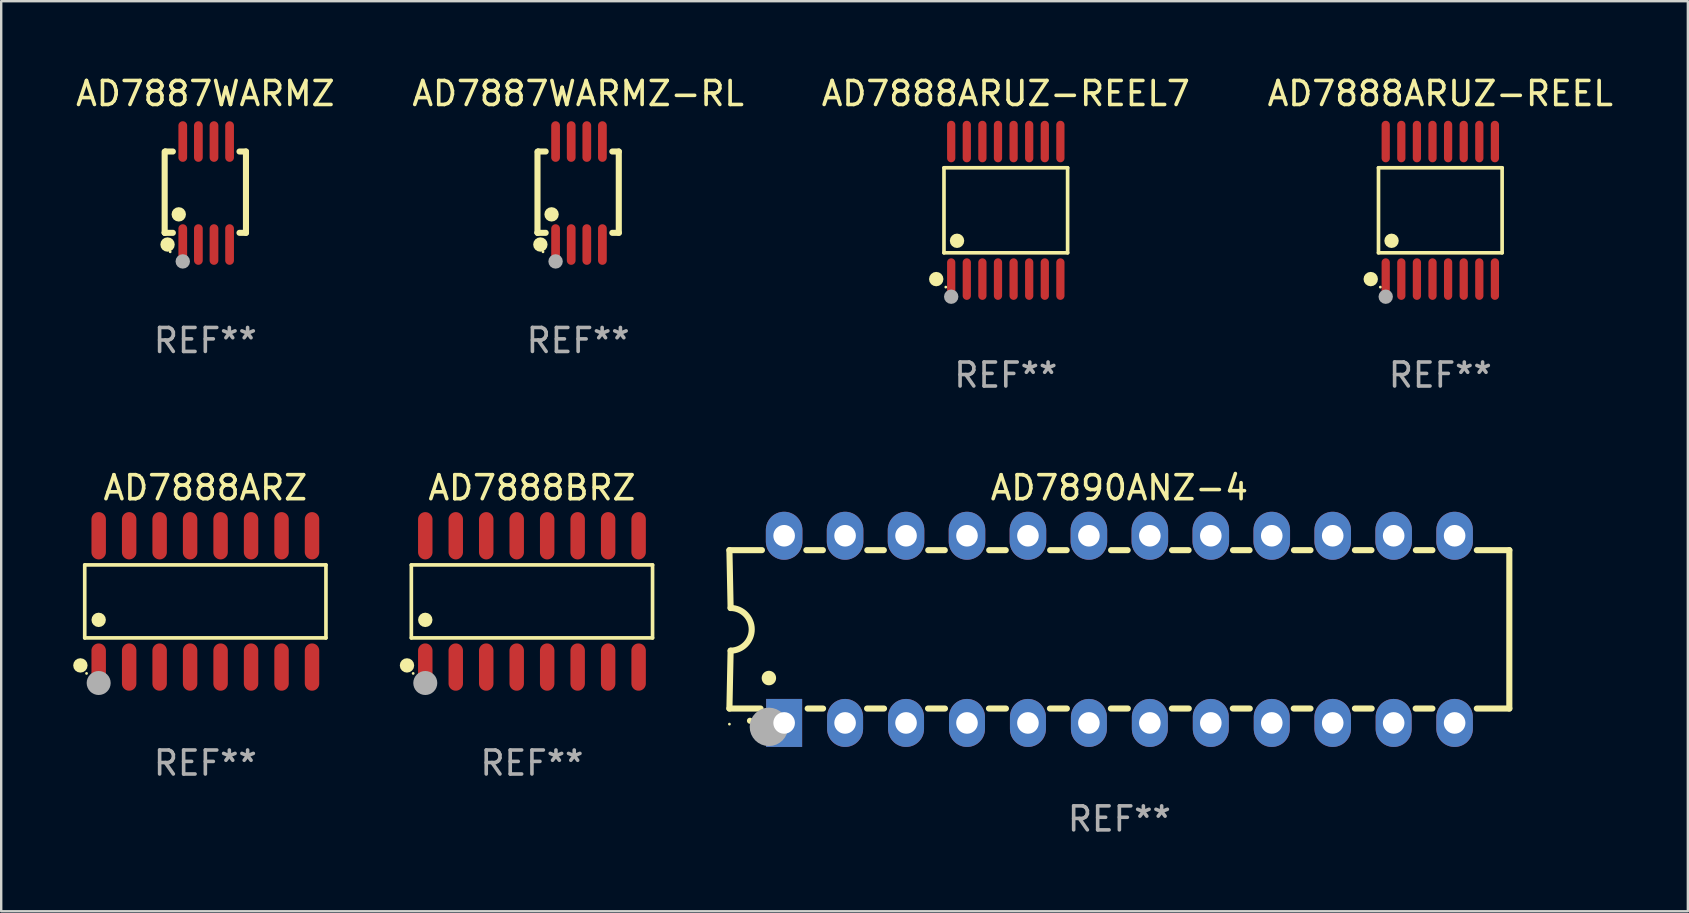
<source format=kicad_pcb>
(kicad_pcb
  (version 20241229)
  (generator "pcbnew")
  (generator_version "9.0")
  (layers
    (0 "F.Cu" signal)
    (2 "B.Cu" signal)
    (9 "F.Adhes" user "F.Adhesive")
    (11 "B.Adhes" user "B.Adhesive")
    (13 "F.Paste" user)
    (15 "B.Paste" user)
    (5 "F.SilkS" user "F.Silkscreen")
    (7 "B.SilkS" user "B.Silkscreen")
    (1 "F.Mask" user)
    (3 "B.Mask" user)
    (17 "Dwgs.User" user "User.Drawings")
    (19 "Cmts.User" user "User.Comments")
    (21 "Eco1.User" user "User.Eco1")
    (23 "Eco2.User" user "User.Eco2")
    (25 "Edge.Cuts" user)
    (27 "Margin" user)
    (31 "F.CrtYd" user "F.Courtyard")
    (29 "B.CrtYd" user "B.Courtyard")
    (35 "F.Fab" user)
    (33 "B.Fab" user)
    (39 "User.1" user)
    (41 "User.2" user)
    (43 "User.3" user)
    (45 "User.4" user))
  (footprint "AD7887WARMZ-RL"
    (layer "F.Cu")
    (at 21.042 4.994)
    (property "Reference" "AD7887WARMZ-RL" (at 0 -4.146 0) (layer "F.SilkS") (effects (font (size 1 1) (thickness 0.15))))
    (attr through_hole)
    (fp_line (start -1.694 -1.724) (end -1.694 1.652) (stroke (width 0.254) (type solid)) (layer "F.SilkS"))
    (fp_line (start -1.694 1.652) (end -1.688 1.658) (stroke (width 0.254) (type solid)) (layer "F.SilkS"))
    (fp_line (start -1.688 1.658) (end -1.353 1.658) (stroke (width 0.254) (type solid)) (layer "F.SilkS"))
    (fp_line (start -1.661 -1.73) (end -1.681 -1.71) (stroke (width 0.254) (type solid)) (layer "F.SilkS"))
    (fp_line (start -1.353 -1.73) (end -1.661 -1.73) (stroke (width 0.254) (type solid)) (layer "F.SilkS"))
    (fp_line (start 1.424 1.658) (end 1.694 1.658) (stroke (width 0.254) (type solid)) (layer "F.SilkS"))
    (fp_line (start 1.694 -1.73) (end 1.424 -1.73) (stroke (width 0.254) (type solid)) (layer "F.SilkS"))
    (fp_line (start 1.694 1.658) (end 1.694 -1.73) (stroke (width 0.254) (type solid)) (layer "F.SilkS"))
    (fp_circle (center -1.574 2.146) (end -1.424 2.146) (stroke (width 0.3) (type solid)) (fill no) (layer "F.SilkS"))
    (fp_circle (center -1.464 2.45) (end -1.434 2.45) (stroke (width 0.06) (type solid)) (fill no) (layer "F.SilkS"))
    (fp_circle (center -1.107 0.889) (end -0.957 0.889) (stroke (width 0.3) (type solid)) (fill no) (layer "F.SilkS"))
    (fp_circle (center -0.94 2.85) (end -0.789 2.85) (stroke (width 0.3) (type solid)) (fill no) (layer "F.Fab"))
    (fp_text user "REF**" (at 0 6.146 0) (layer "F.Fab") (effects (font (size 1 1) (thickness 0.15))))
    (pad "1" smd oval (at -0.94 2.146) (size 0.364 1.692) (layers "F.Cu" "F.Mask" "F.Paste"))
    (pad "2" smd oval (at -0.289 2.146) (size 0.364 1.692) (layers "F.Cu" "F.Mask" "F.Paste"))
    (pad "3" smd oval (at 0.361 2.146) (size 0.364 1.692) (layers "F.Cu" "F.Mask" "F.Paste"))
    (pad "4" smd oval (at 1.011 2.146) (size 0.364 1.692) (layers "F.Cu" "F.Mask" "F.Paste"))
    (pad "5" smd oval (at 1.011 -2.146) (size 0.364 1.692) (layers "F.Cu" "F.Mask" "F.Paste"))
    (pad "6" smd oval (at 0.361 -2.146) (size 0.364 1.692) (layers "F.Cu" "F.Mask" "F.Paste"))
    (pad "7" smd oval (at -0.289 -2.146) (size 0.364 1.692) (layers "F.Cu" "F.Mask" "F.Paste"))
    (pad "8" smd oval (at -0.94 -2.146) (size 0.364 1.692) (layers "F.Cu" "F.Mask" "F.Paste")))
  (footprint "AD7888ARUZ-REEL7"
    (layer "F.Cu")
    (at 38.863 5.714)
    (property "Reference" "AD7888ARUZ-REEL7" (at 0 -4.866 0) (layer "F.SilkS") (effects (font (size 1 1) (thickness 0.15))))
    (attr through_hole)
    (fp_line (start -2.576 -1.772) (end 2.576 -1.772) (stroke (width 0.152) (type solid)) (layer "F.SilkS"))
    (fp_line (start -2.576 1.771) (end -2.576 -1.772) (stroke (width 0.152) (type solid)) (layer "F.SilkS"))
    (fp_line (start 2.576 -1.772) (end 2.576 1.771) (stroke (width 0.152) (type solid)) (layer "F.SilkS"))
    (fp_line (start 2.576 1.771) (end -2.576 1.771) (stroke (width 0.152) (type solid)) (layer "F.SilkS"))
    (fp_circle (center -2.899 2.866) (end -2.749 2.866) (stroke (width 0.3) (type solid)) (fill no) (layer "F.SilkS"))
    (fp_circle (center -2.5 3.2) (end -2.47 3.2) (stroke (width 0.06) (type solid)) (fill no) (layer "F.SilkS"))
    (fp_circle (center -2.032 1.27) (end -1.882 1.27) (stroke (width 0.3) (type solid)) (fill no) (layer "F.SilkS"))
    (fp_circle (center -2.275 3.6) (end -2.125 3.6) (stroke (width 0.3) (type solid)) (fill no) (layer "F.Fab"))
    (fp_text user "REF**" (at 0 6.866 0) (layer "F.Fab") (effects (font (size 1 1) (thickness 0.15))))
    (pad "1" smd oval (at -2.275 2.866) (size 0.343 1.731) (layers "F.Cu" "F.Mask" "F.Paste"))
    (pad "2" smd oval (at -1.625 2.866) (size 0.343 1.731) (layers "F.Cu" "F.Mask" "F.Paste"))
    (pad "3" smd oval (at -0.975 2.866) (size 0.343 1.731) (layers "F.Cu" "F.Mask" "F.Paste"))
    (pad "4" smd oval (at -0.325 2.866) (size 0.343 1.731) (layers "F.Cu" "F.Mask" "F.Paste"))
    (pad "5" smd oval (at 0.325 2.866) (size 0.343 1.731) (layers "F.Cu" "F.Mask" "F.Paste"))
    (pad "6" smd oval (at 0.975 2.866) (size 0.343 1.731) (layers "F.Cu" "F.Mask" "F.Paste"))
    (pad "7" smd oval (at 1.625 2.866) (size 0.343 1.731) (layers "F.Cu" "F.Mask" "F.Paste"))
    (pad "8" smd oval (at 2.275 2.866) (size 0.343 1.731) (layers "F.Cu" "F.Mask" "F.Paste"))
    (pad "9" smd oval (at 2.275 -2.866) (size 0.343 1.731) (layers "F.Cu" "F.Mask" "F.Paste"))
    (pad "10" smd oval (at 1.625 -2.866) (size 0.343 1.731) (layers "F.Cu" "F.Mask" "F.Paste"))
    (pad "11" smd oval (at 0.975 -2.866) (size 0.343 1.731) (layers "F.Cu" "F.Mask" "F.Paste"))
    (pad "12" smd oval (at 0.325 -2.866) (size 0.343 1.731) (layers "F.Cu" "F.Mask" "F.Paste"))
    (pad "13" smd oval (at -0.325 -2.866) (size 0.343 1.731) (layers "F.Cu" "F.Mask" "F.Paste"))
    (pad "14" smd oval (at -0.975 -2.866) (size 0.343 1.731) (layers "F.Cu" "F.Mask" "F.Paste"))
    (pad "15" smd oval (at -1.625 -2.866) (size 0.343 1.731) (layers "F.Cu" "F.Mask" "F.Paste"))
    (pad "16" smd oval (at -2.275 -2.866) (size 0.343 1.731) (layers "F.Cu" "F.Mask" "F.Paste")))
  (footprint "AD7888ARUZ-REEL"
    (layer "F.Cu")
    (at 56.97 5.714)
    (property "Reference" "AD7888ARUZ-REEL" (at 0 -4.866 0) (layer "F.SilkS") (effects (font (size 1 1) (thickness 0.15))))
    (attr through_hole)
    (fp_line (start -2.576 -1.772) (end 2.576 -1.772) (stroke (width 0.152) (type solid)) (layer "F.SilkS"))
    (fp_line (start -2.576 1.771) (end -2.576 -1.772) (stroke (width 0.152) (type solid)) (layer "F.SilkS"))
    (fp_line (start 2.576 -1.772) (end 2.576 1.771) (stroke (width 0.152) (type solid)) (layer "F.SilkS"))
    (fp_line (start 2.576 1.771) (end -2.576 1.771) (stroke (width 0.152) (type solid)) (layer "F.SilkS"))
    (fp_circle (center -2.899 2.866) (end -2.749 2.866) (stroke (width 0.3) (type solid)) (fill no) (layer "F.SilkS"))
    (fp_circle (center -2.5 3.2) (end -2.47 3.2) (stroke (width 0.06) (type solid)) (fill no) (layer "F.SilkS"))
    (fp_circle (center -2.032 1.27) (end -1.882 1.27) (stroke (width 0.3) (type solid)) (fill no) (layer "F.SilkS"))
    (fp_circle (center -2.275 3.6) (end -2.125 3.6) (stroke (width 0.3) (type solid)) (fill no) (layer "F.Fab"))
    (fp_text user "REF**" (at 0 6.866 0) (layer "F.Fab") (effects (font (size 1 1) (thickness 0.15))))
    (pad "1" smd oval (at -2.275 2.866) (size 0.343 1.731) (layers "F.Cu" "F.Mask" "F.Paste"))
    (pad "2" smd oval (at -1.625 2.866) (size 0.343 1.731) (layers "F.Cu" "F.Mask" "F.Paste"))
    (pad "3" smd oval (at -0.975 2.866) (size 0.343 1.731) (layers "F.Cu" "F.Mask" "F.Paste"))
    (pad "4" smd oval (at -0.325 2.866) (size 0.343 1.731) (layers "F.Cu" "F.Mask" "F.Paste"))
    (pad "5" smd oval (at 0.325 2.866) (size 0.343 1.731) (layers "F.Cu" "F.Mask" "F.Paste"))
    (pad "6" smd oval (at 0.975 2.866) (size 0.343 1.731) (layers "F.Cu" "F.Mask" "F.Paste"))
    (pad "7" smd oval (at 1.625 2.866) (size 0.343 1.731) (layers "F.Cu" "F.Mask" "F.Paste"))
    (pad "8" smd oval (at 2.275 2.866) (size 0.343 1.731) (layers "F.Cu" "F.Mask" "F.Paste"))
    (pad "9" smd oval (at 2.275 -2.866) (size 0.343 1.731) (layers "F.Cu" "F.Mask" "F.Paste"))
    (pad "10" smd oval (at 1.625 -2.866) (size 0.343 1.731) (layers "F.Cu" "F.Mask" "F.Paste"))
    (pad "11" smd oval (at 0.975 -2.866) (size 0.343 1.731) (layers "F.Cu" "F.Mask" "F.Paste"))
    (pad "12" smd oval (at 0.325 -2.866) (size 0.343 1.731) (layers "F.Cu" "F.Mask" "F.Paste"))
    (pad "13" smd oval (at -0.325 -2.866) (size 0.343 1.731) (layers "F.Cu" "F.Mask" "F.Paste"))
    (pad "14" smd oval (at -0.975 -2.866) (size 0.343 1.731) (layers "F.Cu" "F.Mask" "F.Paste"))
    (pad "15" smd oval (at -1.625 -2.866) (size 0.343 1.731) (layers "F.Cu" "F.Mask" "F.Paste"))
    (pad "16" smd oval (at -2.275 -2.866) (size 0.343 1.731) (layers "F.Cu" "F.Mask" "F.Paste")))
  (footprint "AD7888ARZ"
    (layer "F.Cu")
    (at 5.507 22.012)
    (property "Reference" "AD7888ARZ" (at 0 -4.736 0) (layer "F.SilkS") (effects (font (size 1 1) (thickness 0.15))))
    (attr through_hole)
    (fp_line (start -5.026 -1.521) (end 5.026 -1.521) (stroke (width 0.152) (type solid)) (layer "F.SilkS"))
    (fp_line (start -5.026 1.521) (end -5.026 -1.521) (stroke (width 0.152) (type solid)) (layer "F.SilkS"))
    (fp_line (start 5.026 -1.521) (end 5.026 1.521) (stroke (width 0.152) (type solid)) (layer "F.SilkS"))
    (fp_line (start 5.026 1.521) (end -5.026 1.521) (stroke (width 0.152) (type solid)) (layer "F.SilkS"))
    (fp_circle (center -5.207 2.667) (end -5.057 2.667) (stroke (width 0.3) (type solid)) (fill no) (layer "F.SilkS"))
    (fp_circle (center -4.95 3) (end -4.92 3) (stroke (width 0.06) (type solid)) (fill no) (layer "F.SilkS"))
    (fp_circle (center -4.445 0.769) (end -4.295 0.769) (stroke (width 0.3) (type solid)) (fill no) (layer "F.SilkS"))
    (fp_circle (center -4.445 3.4) (end -4.195 3.4) (stroke (width 0.5) (type solid)) (fill no) (layer "F.Fab"))
    (fp_text user "REF**" (at 0 6.736 0) (layer "F.Fab") (effects (font (size 1 1) (thickness 0.15))))
    (pad "1" smd oval (at -4.445 2.736) (size 0.602 1.971) (layers "F.Cu" "F.Mask" "F.Paste"))
    (pad "2" smd oval (at -3.175 2.736) (size 0.602 1.971) (layers "F.Cu" "F.Mask" "F.Paste"))
    (pad "3" smd oval (at -1.905 2.736) (size 0.602 1.971) (layers "F.Cu" "F.Mask" "F.Paste"))
    (pad "4" smd oval (at -0.635 2.736) (size 0.602 1.971) (layers "F.Cu" "F.Mask" "F.Paste"))
    (pad "5" smd oval (at 0.635 2.736) (size 0.602 1.971) (layers "F.Cu" "F.Mask" "F.Paste"))
    (pad "6" smd oval (at 1.905 2.736) (size 0.602 1.971) (layers "F.Cu" "F.Mask" "F.Paste"))
    (pad "7" smd oval (at 3.175 2.736) (size 0.602 1.971) (layers "F.Cu" "F.Mask" "F.Paste"))
    (pad "8" smd oval (at 4.445 2.736) (size 0.602 1.971) (layers "F.Cu" "F.Mask" "F.Paste"))
    (pad "9" smd oval (at 4.445 -2.736) (size 0.602 1.971) (layers "F.Cu" "F.Mask" "F.Paste"))
    (pad "10" smd oval (at 3.175 -2.736) (size 0.602 1.971) (layers "F.Cu" "F.Mask" "F.Paste"))
    (pad "11" smd oval (at 1.905 -2.736) (size 0.602 1.971) (layers "F.Cu" "F.Mask" "F.Paste"))
    (pad "12" smd oval (at 0.635 -2.736) (size 0.602 1.971) (layers "F.Cu" "F.Mask" "F.Paste"))
    (pad "13" smd oval (at -0.635 -2.736) (size 0.602 1.971) (layers "F.Cu" "F.Mask" "F.Paste"))
    (pad "14" smd oval (at -1.905 -2.736) (size 0.602 1.971) (layers "F.Cu" "F.Mask" "F.Paste"))
    (pad "15" smd oval (at -3.175 -2.736) (size 0.602 1.971) (layers "F.Cu" "F.Mask" "F.Paste"))
    (pad "16" smd oval (at -4.445 -2.736) (size 0.602 1.971) (layers "F.Cu" "F.Mask" "F.Paste")))
  (footprint "AD7888BRZ"
    (layer "F.Cu")
    (at 19.117 22.012)
    (property "Reference" "AD7888BRZ" (at 0 -4.736 0) (layer "F.SilkS") (effects (font (size 1 1) (thickness 0.15))))
    (attr through_hole)
    (fp_line (start -5.026 -1.521) (end 5.026 -1.521) (stroke (width 0.152) (type solid)) (layer "F.SilkS"))
    (fp_line (start -5.026 1.521) (end -5.026 -1.521) (stroke (width 0.152) (type solid)) (layer "F.SilkS"))
    (fp_line (start 5.026 -1.521) (end 5.026 1.521) (stroke (width 0.152) (type solid)) (layer "F.SilkS"))
    (fp_line (start 5.026 1.521) (end -5.026 1.521) (stroke (width 0.152) (type solid)) (layer "F.SilkS"))
    (fp_circle (center -5.207 2.667) (end -5.057 2.667) (stroke (width 0.3) (type solid)) (fill no) (layer "F.SilkS"))
    (fp_circle (center -4.95 3) (end -4.92 3) (stroke (width 0.06) (type solid)) (fill no) (layer "F.SilkS"))
    (fp_circle (center -4.445 0.769) (end -4.295 0.769) (stroke (width 0.3) (type solid)) (fill no) (layer "F.SilkS"))
    (fp_circle (center -4.445 3.4) (end -4.195 3.4) (stroke (width 0.5) (type solid)) (fill no) (layer "F.Fab"))
    (fp_text user "REF**" (at 0 6.736 0) (layer "F.Fab") (effects (font (size 1 1) (thickness 0.15))))
    (pad "1" smd oval (at -4.445 2.736) (size 0.602 1.971) (layers "F.Cu" "F.Mask" "F.Paste"))
    (pad "2" smd oval (at -3.175 2.736) (size 0.602 1.971) (layers "F.Cu" "F.Mask" "F.Paste"))
    (pad "3" smd oval (at -1.905 2.736) (size 0.602 1.971) (layers "F.Cu" "F.Mask" "F.Paste"))
    (pad "4" smd oval (at -0.635 2.736) (size 0.602 1.971) (layers "F.Cu" "F.Mask" "F.Paste"))
    (pad "5" smd oval (at 0.635 2.736) (size 0.602 1.971) (layers "F.Cu" "F.Mask" "F.Paste"))
    (pad "6" smd oval (at 1.905 2.736) (size 0.602 1.971) (layers "F.Cu" "F.Mask" "F.Paste"))
    (pad "7" smd oval (at 3.175 2.736) (size 0.602 1.971) (layers "F.Cu" "F.Mask" "F.Paste"))
    (pad "8" smd oval (at 4.445 2.736) (size 0.602 1.971) (layers "F.Cu" "F.Mask" "F.Paste"))
    (pad "9" smd oval (at 4.445 -2.736) (size 0.602 1.971) (layers "F.Cu" "F.Mask" "F.Paste"))
    (pad "10" smd oval (at 3.175 -2.736) (size 0.602 1.971) (layers "F.Cu" "F.Mask" "F.Paste"))
    (pad "11" smd oval (at 1.905 -2.736) (size 0.602 1.971) (layers "F.Cu" "F.Mask" "F.Paste"))
    (pad "12" smd oval (at 0.635 -2.736) (size 0.602 1.971) (layers "F.Cu" "F.Mask" "F.Paste"))
    (pad "13" smd oval (at -0.635 -2.736) (size 0.602 1.971) (layers "F.Cu" "F.Mask" "F.Paste"))
    (pad "14" smd oval (at -1.905 -2.736) (size 0.602 1.971) (layers "F.Cu" "F.Mask" "F.Paste"))
    (pad "15" smd oval (at -3.175 -2.736) (size 0.602 1.971) (layers "F.Cu" "F.Mask" "F.Paste"))
    (pad "16" smd oval (at -4.445 -2.736) (size 0.602 1.971) (layers "F.Cu" "F.Mask" "F.Paste")))
  (footprint "AD7890ANZ-4"
    (layer "F.Cu")
    (at 43.596 23.176)
    (property "Reference" "AD7890ANZ-4" (at 0 -5.9 0) (layer "F.SilkS") (effects (font (size 1 1) (thickness 0.15))))
    (attr through_hole)
    (fp_line (start -16.25 -3.3) (end -16.2 -0.889) (stroke (width 0.254) (type solid)) (layer "F.SilkS"))
    (fp_line (start -16.25 -3.3) (end -14.895 -3.3) (stroke (width 0.254) (type solid)) (layer "F.SilkS"))
    (fp_line (start -16.25 3.3) (end -16.2 0.889) (stroke (width 0.254) (type solid)) (layer "F.SilkS"))
    (fp_line (start -16.25 3.3) (end -14.951 3.3) (stroke (width 0.254) (type solid)) (layer "F.SilkS"))
    (fp_line (start -13.045 -3.3) (end -12.355 -3.3) (stroke (width 0.254) (type solid)) (layer "F.SilkS"))
    (fp_line (start -12.989 3.3) (end -12.347 3.3) (stroke (width 0.254) (type solid)) (layer "F.SilkS"))
    (fp_line (start -10.514 3.3) (end -9.807 3.3) (stroke (width 0.254) (type solid)) (layer "F.SilkS"))
    (fp_line (start -10.505 -3.3) (end -9.815 -3.3) (stroke (width 0.254) (type solid)) (layer "F.SilkS"))
    (fp_line (start -7.974 3.3) (end -7.267 3.3) (stroke (width 0.254) (type solid)) (layer "F.SilkS"))
    (fp_line (start -7.965 -3.3) (end -7.275 -3.3) (stroke (width 0.254) (type solid)) (layer "F.SilkS"))
    (fp_line (start -5.434 3.3) (end -4.727 3.3) (stroke (width 0.254) (type solid)) (layer "F.SilkS"))
    (fp_line (start -5.425 -3.3) (end -4.735 -3.3) (stroke (width 0.254) (type solid)) (layer "F.SilkS"))
    (fp_line (start -2.894 3.3) (end -2.187 3.3) (stroke (width 0.254) (type solid)) (layer "F.SilkS"))
    (fp_line (start -2.885 -3.3) (end -2.195 -3.3) (stroke (width 0.254) (type solid)) (layer "F.SilkS"))
    (fp_line (start -0.354 3.3) (end 0.353 3.3) (stroke (width 0.254) (type solid)) (layer "F.SilkS"))
    (fp_line (start -0.345 -3.3) (end 0.345 -3.3) (stroke (width 0.254) (type solid)) (layer "F.SilkS"))
    (fp_line (start 2.186 3.3) (end 2.893 3.3) (stroke (width 0.254) (type solid)) (layer "F.SilkS"))
    (fp_line (start 2.195 -3.3) (end 2.885 -3.3) (stroke (width 0.254) (type solid)) (layer "F.SilkS"))
    (fp_line (start 4.726 3.3) (end 5.434 3.3) (stroke (width 0.254) (type solid)) (layer "F.SilkS"))
    (fp_line (start 4.735 -3.3) (end 5.425 -3.3) (stroke (width 0.254) (type solid)) (layer "F.SilkS"))
    (fp_line (start 7.266 3.3) (end 7.965 3.3) (stroke (width 0.254) (type solid)) (layer "F.SilkS"))
    (fp_line (start 7.275 -3.3) (end 7.965 -3.3) (stroke (width 0.254) (type solid)) (layer "F.SilkS"))
    (fp_line (start 9.815 -3.3) (end 10.505 -3.3) (stroke (width 0.254) (type solid)) (layer "F.SilkS"))
    (fp_line (start 9.815 3.3) (end 10.514 3.3) (stroke (width 0.254) (type solid)) (layer "F.SilkS"))
    (fp_line (start 12.346 3.3) (end 13.045 3.3) (stroke (width 0.254) (type solid)) (layer "F.SilkS"))
    (fp_line (start 12.355 -3.3) (end 13.045 -3.3) (stroke (width 0.254) (type solid)) (layer "F.SilkS"))
    (fp_line (start 16.25 -3.3) (end 14.895 -3.3) (stroke (width 0.254) (type solid)) (layer "F.SilkS"))
    (fp_line (start 16.25 -3.3) (end 16.25 3.3) (stroke (width 0.254) (type solid)) (layer "F.SilkS"))
    (fp_line (start 16.25 3.3) (end 14.895 3.3) (stroke (width 0.254) (type solid)) (layer "F.SilkS"))
    (fp_arc (start -16.201016 -0.890146) (mid -15.311429 -0.001055) (end -16.200025 0.889027) (stroke (width 0.254001) (type solid)) (layer "F.SilkS"))
    (fp_arc (start -15.394971 3.810033) (mid -15.394978 3.808763) (end -15.394971 3.807493) (stroke (width 0.25) (type solid)) (layer "F.SilkS"))
    (fp_arc (start -14.605029 2.032029) (mid -14.60504 2.029489) (end -14.605029 2.026949) (stroke (width 0.6) (type solid)) (layer "F.SilkS"))
    (fp_circle (center -16.25 3.95) (end -16.22 3.95) (stroke (width 0.06) (type solid)) (fill no) (layer "F.SilkS"))
    (fp_circle (center -14.605 4.064) (end -14.205 4.064) (stroke (width 0.8) (type solid)) (fill no) (layer "F.Fab"))
    (fp_text user "REF**" (at 0 7.9 0) (layer "F.Fab") (effects (font (size 1 1) (thickness 0.15))))
    (pad "1" thru_hole rect (at -13.97 3.9 90) (size 2 1.5) (drill 0.9) (layers "*.Cu" "*.Mask"))
    (pad "2" thru_hole oval (at -11.43 3.9 90) (size 2 1.5) (drill 0.9) (layers "*.Cu" "*.Mask"))
    (pad "3" thru_hole oval (at -8.89 3.9 90) (size 2 1.5) (drill 0.9) (layers "*.Cu" "*.Mask"))
    (pad "4" thru_hole oval (at -6.35 3.9 90) (size 2 1.5) (drill 0.9) (layers "*.Cu" "*.Mask"))
    (pad "5" thru_hole oval (at -3.81 3.9 90) (size 2 1.5) (drill 0.9) (layers "*.Cu" "*.Mask"))
    (pad "6" thru_hole oval (at -1.27 3.9 90) (size 2 1.5) (drill 0.9) (layers "*.Cu" "*.Mask"))
    (pad "7" thru_hole oval (at 1.27 3.9 90) (size 2 1.5) (drill 0.9) (layers "*.Cu" "*.Mask"))
    (pad "8" thru_hole oval (at 3.81 3.9 90) (size 2 1.5) (drill 0.9) (layers "*.Cu" "*.Mask"))
    (pad "9" thru_hole oval (at 6.35 3.9 90) (size 2 1.5) (drill 0.9) (layers "*.Cu" "*.Mask"))
    (pad "10" thru_hole oval (at 8.89 3.9 90) (size 2 1.524) (drill 0.9) (layers "*.Cu" "*.Mask"))
    (pad "11" thru_hole oval (at 11.43 3.9 90) (size 2 1.5) (drill 0.9) (layers "*.Cu" "*.Mask"))
    (pad "12" thru_hole oval (at 13.97 3.9 90) (size 2 1.524) (drill 0.9) (layers "*.Cu" "*.Mask"))
    (pad "13" thru_hole oval (at 13.97 -3.9 90) (size 2 1.524) (drill 0.9) (layers "*.Cu" "*.Mask"))
    (pad "14" thru_hole oval (at 11.43 -3.9 90) (size 2 1.524) (drill 0.9) (layers "*.Cu" "*.Mask"))
    (pad "15" thru_hole oval (at 8.89 -3.9 90) (size 2 1.524) (drill 0.9) (layers "*.Cu" "*.Mask"))
    (pad "16" thru_hole oval (at 6.35 -3.9 90) (size 2 1.524) (drill 0.9) (layers "*.Cu" "*.Mask"))
    (pad "17" thru_hole oval (at 3.81 -3.9 90) (size 2 1.524) (drill 0.9) (layers "*.Cu" "*.Mask"))
    (pad "18" thru_hole oval (at 1.27 -3.9 90) (size 2 1.524) (drill 0.9) (layers "*.Cu" "*.Mask"))
    (pad "19" thru_hole oval (at -1.27 -3.9 90) (size 2 1.524) (drill 0.9) (layers "*.Cu" "*.Mask"))
    (pad "20" thru_hole oval (at -3.81 -3.9 90) (size 2 1.524) (drill 0.9) (layers "*.Cu" "*.Mask"))
    (pad "21" thru_hole oval (at -6.35 -3.9 90) (size 2 1.524) (drill 0.9) (layers "*.Cu" "*.Mask"))
    (pad "22" thru_hole oval (at -8.89 -3.9 90) (size 2 1.524) (drill 0.9) (layers "*.Cu" "*.Mask"))
    (pad "23" thru_hole oval (at -11.43 -3.9 90) (size 2 1.524) (drill 0.9) (layers "*.Cu" "*.Mask"))
    (pad "24" thru_hole oval (at -13.97 -3.9 90) (size 2 1.524) (drill 0.9) (layers "*.Cu" "*.Mask")))
  (footprint "AD7887WARMZ"
    (layer "F.Cu")
    (at 5.506 4.994)
    (property "Reference" "AD7887WARMZ" (at 0 -4.146 0) (layer "F.SilkS") (effects (font (size 1 1) (thickness 0.15))))
    (attr through_hole)
    (fp_line (start -1.694 -1.724) (end -1.694 1.652) (stroke (width 0.254) (type solid)) (layer "F.SilkS"))
    (fp_line (start -1.694 1.652) (end -1.688 1.658) (stroke (width 0.254) (type solid)) (layer "F.SilkS"))
    (fp_line (start -1.688 1.658) (end -1.353 1.658) (stroke (width 0.254) (type solid)) (layer "F.SilkS"))
    (fp_line (start -1.661 -1.73) (end -1.681 -1.71) (stroke (width 0.254) (type solid)) (layer "F.SilkS"))
    (fp_line (start -1.353 -1.73) (end -1.661 -1.73) (stroke (width 0.254) (type solid)) (layer "F.SilkS"))
    (fp_line (start 1.424 1.658) (end 1.694 1.658) (stroke (width 0.254) (type solid)) (layer "F.SilkS"))
    (fp_line (start 1.694 -1.73) (end 1.424 -1.73) (stroke (width 0.254) (type solid)) (layer "F.SilkS"))
    (fp_line (start 1.694 1.658) (end 1.694 -1.73) (stroke (width 0.254) (type solid)) (layer "F.SilkS"))
    (fp_circle (center -1.574 2.146) (end -1.424 2.146) (stroke (width 0.3) (type solid)) (fill no) (layer "F.SilkS"))
    (fp_circle (center -1.464 2.45) (end -1.434 2.45) (stroke (width 0.06) (type solid)) (fill no) (layer "F.SilkS"))
    (fp_circle (center -1.107 0.889) (end -0.957 0.889) (stroke (width 0.3) (type solid)) (fill no) (layer "F.SilkS"))
    (fp_circle (center -0.94 2.85) (end -0.789 2.85) (stroke (width 0.3) (type solid)) (fill no) (layer "F.Fab"))
    (fp_text user "REF**" (at 0 6.146 0) (layer "F.Fab") (effects (font (size 1 1) (thickness 0.15))))
    (pad "1" smd oval (at -0.94 2.146) (size 0.364 1.692) (layers "F.Cu" "F.Mask" "F.Paste"))
    (pad "2" smd oval (at -0.289 2.146) (size 0.364 1.692) (layers "F.Cu" "F.Mask" "F.Paste"))
    (pad "3" smd oval (at 0.361 2.146) (size 0.364 1.692) (layers "F.Cu" "F.Mask" "F.Paste"))
    (pad "4" smd oval (at 1.011 2.146) (size 0.364 1.692) (layers "F.Cu" "F.Mask" "F.Paste"))
    (pad "5" smd oval (at 1.011 -2.146) (size 0.364 1.692) (layers "F.Cu" "F.Mask" "F.Paste"))
    (pad "6" smd oval (at 0.361 -2.146) (size 0.364 1.692) (layers "F.Cu" "F.Mask" "F.Paste"))
    (pad "7" smd oval (at -0.289 -2.146) (size 0.364 1.692) (layers "F.Cu" "F.Mask" "F.Paste"))
    (pad "8" smd oval (at -0.94 -2.146) (size 0.364 1.692) (layers "F.Cu" "F.Mask" "F.Paste")))
  (gr_rect
    (start -3 -3)
    (end 67.286 34.925)
    (stroke (width 0.1) (type default))
    (fill no)
    (layer "Edge.Cuts")))
</source>
